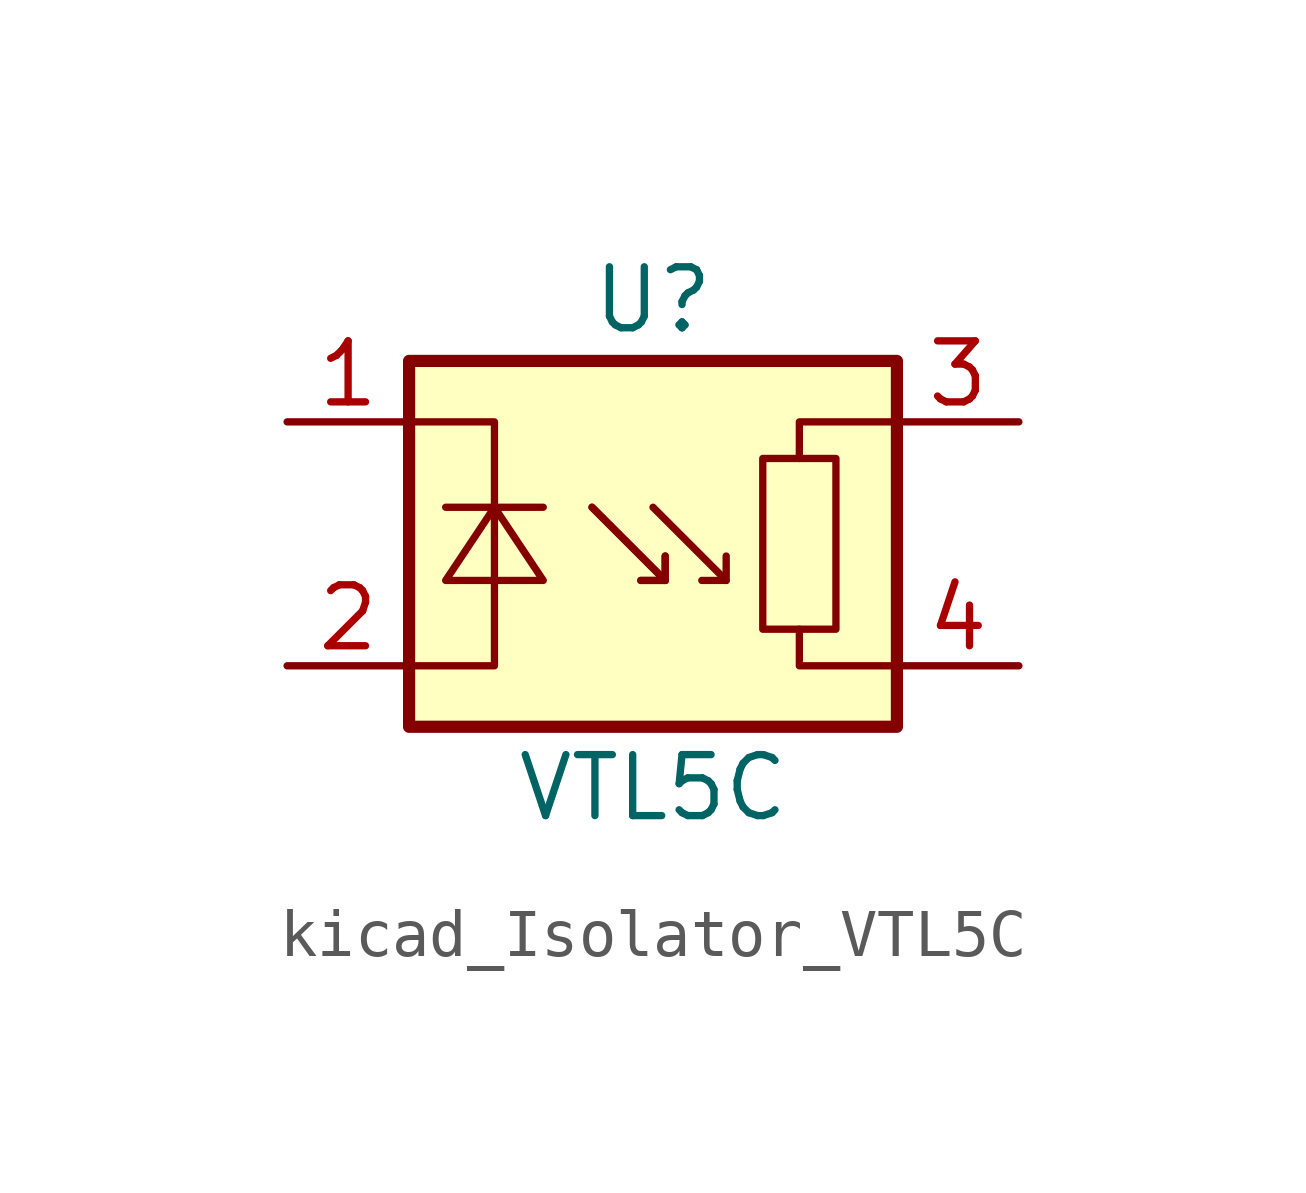
<source format=kicad_sym>
(kicad_symbol_lib
  (version 20220914)
  (generator kicad_symbol_editor)
  (symbol "kicad_Isolator_VTL5C"
    (pin_names
      (offset 1.016) hide)
    (property "Reference" "U"
      (at 0 5.08 0)
      (effects (font (size 1.27 1.27))))
    (property "Value" "VTL5C"
      (at 0 -5.08 0)
      (effects (font (size 1.27 1.27))))
    (symbol "kicad_Isolator_VTL5C_0_1"
      (rectangle (start -5.08 3.81) (end 5.08 -3.81) (stroke (width 0.254) (type default)) (fill (type background)))
      (polyline (pts (xy -4.318 0.762) (xy -2.286 0.762)) (stroke (width 0) (type default)) (fill (type none)))
      (polyline (pts (xy -1.27 0.762) (xy 0.254 -0.762)) (stroke (width 0) (type default)) (fill (type none)))
      (polyline (pts (xy -1.27 0.762) (xy 0.254 -0.762)) (stroke (width 0) (type default)) (fill (type none)))
      (polyline (pts (xy 0 0.762) (xy 1.524 -0.762)) (stroke (width 0) (type default)) (fill (type none)))
      (polyline (pts (xy 0.254 -0.254) (xy 0.254 -0.762) (xy -0.254 -0.762)) (stroke (width 0) (type default)) (fill (type none)))
      (polyline (pts (xy 0.254 -0.254) (xy 0.254 -0.762) (xy -0.254 -0.762)) (stroke (width 0) (type default)) (fill (type none)))
      (polyline (pts (xy 1.524 -0.254) (xy 1.524 -0.762) (xy 1.016 -0.762)) (stroke (width 0) (type default)) (fill (type none)))
      (polyline (pts (xy 3.048 -1.778) (xy 3.048 -2.54) (xy 5.08 -2.54)) (stroke (width 0) (type default)) (fill (type none)))
      (polyline (pts (xy 3.048 1.778) (xy 3.048 2.54) (xy 5.08 2.54)) (stroke (width 0) (type default)) (fill (type none)))
      (polyline (pts (xy -5.08 -2.54) (xy -3.302 -2.54) (xy -3.302 2.54) (xy -5.08 2.54)) (stroke (width 0) (type default)) (fill (type none)))
      (rectangle (start 2.286 1.778) (end 3.81 -1.778) (stroke (width 0) (type default)) (fill (type none))))
    (symbol "kicad_Isolator_VTL5C_1_1"
      (polyline (pts (xy -4.318 -0.762) (xy -3.302 0.762) (xy -2.286 -0.762) (xy -4.318 -0.762)) (stroke (width 0) (type default)) (fill (type none)))
      (pin passive line (at -7.62 2.54 0) (length 2.54) (name "-" (effects (font (size 1.27 1.27)))) (number "1" (effects (font (size 1.27 1.27)))))
      (pin passive line (at -7.62 -2.54 0) (length 2.54) (name "+" (effects (font (size 1.27 1.27)))) (number "2" (effects (font (size 1.27 1.27)))))
      (pin passive line (at 7.62 2.54 180) (length 2.54) (name "~" (effects (font (size 1.27 1.27)))) (number "3" (effects (font (size 1.27 1.27)))))
      (pin passive line (at 7.62 -2.54 180) (length 2.54) (name "~" (effects (font (size 1.27 1.27)))) (number "4" (effects (font (size 1.27 1.27))))))))
</source>
